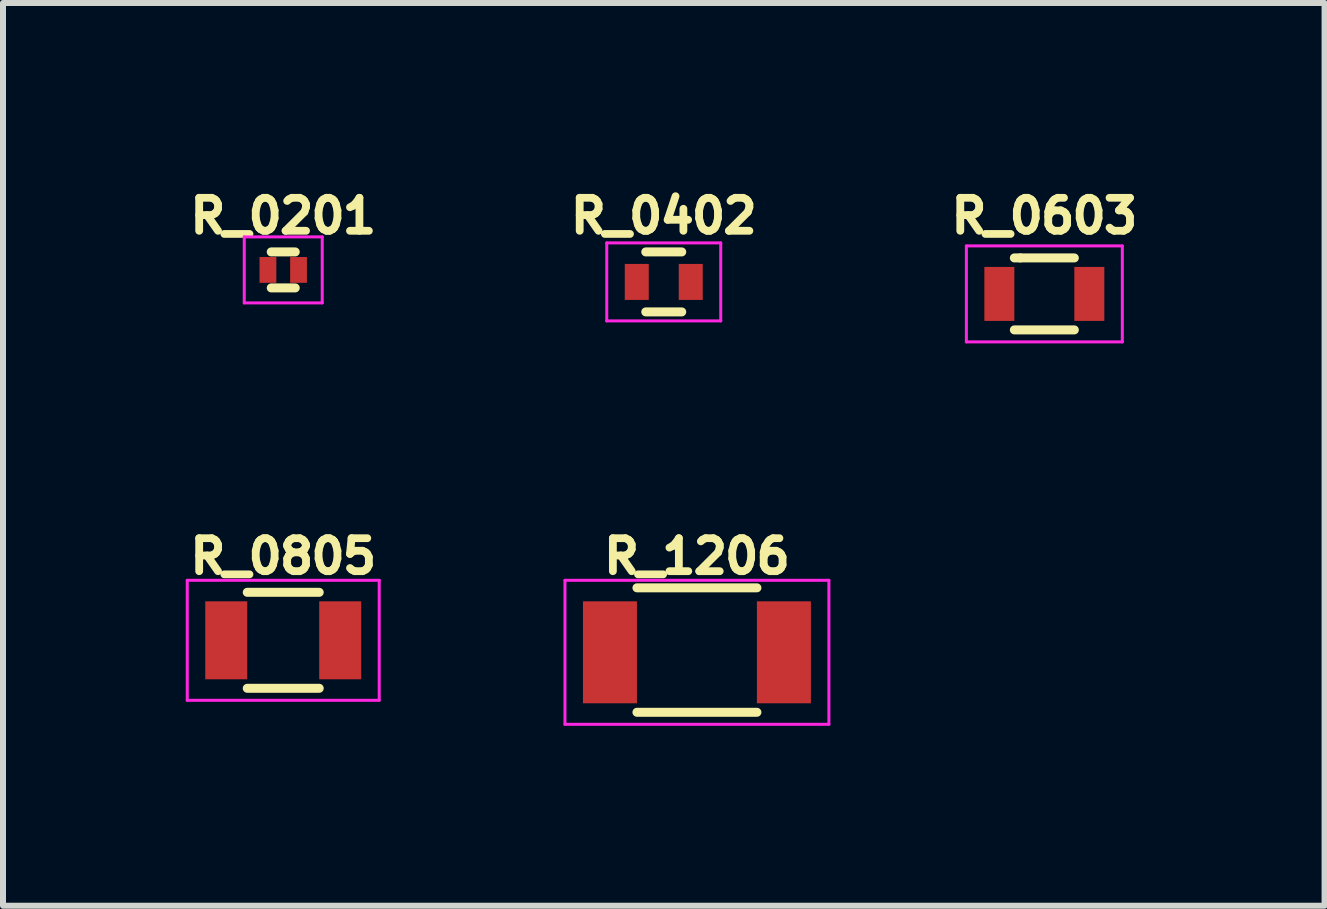
<source format=kicad_pcb>
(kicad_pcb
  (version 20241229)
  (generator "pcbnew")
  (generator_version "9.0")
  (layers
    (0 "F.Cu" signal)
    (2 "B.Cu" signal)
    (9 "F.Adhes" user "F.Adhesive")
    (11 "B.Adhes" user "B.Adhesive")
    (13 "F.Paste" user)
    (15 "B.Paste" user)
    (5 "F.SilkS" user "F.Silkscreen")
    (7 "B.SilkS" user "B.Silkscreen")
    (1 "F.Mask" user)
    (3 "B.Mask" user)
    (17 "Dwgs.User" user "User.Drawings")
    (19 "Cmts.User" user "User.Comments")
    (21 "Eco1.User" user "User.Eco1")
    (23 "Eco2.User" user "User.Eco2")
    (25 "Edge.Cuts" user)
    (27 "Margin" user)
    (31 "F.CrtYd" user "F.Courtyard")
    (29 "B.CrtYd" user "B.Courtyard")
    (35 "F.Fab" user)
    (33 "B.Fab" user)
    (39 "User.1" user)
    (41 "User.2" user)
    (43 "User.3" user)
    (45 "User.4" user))
  (footprint "R_0201"
    (layer "F.Cu")
    (at 1.672 1.45)
    (property "Reference" "R_0201" (at 0 -0.9 0) (layer "F.SilkS") (effects (font (size 0.55 0.55) (thickness 0.13))))
    (attr smd)
    (fp_line (start -0.2 -0.3) (end 0.2 -0.3) (stroke (width 0.15) (type solid)) (layer "F.SilkS"))
    (fp_line (start 0.2 0.3) (end -0.2 0.3) (stroke (width 0.15) (type solid)) (layer "F.SilkS"))
    (fp_line (start -0.65 -0.55) (end -0.65 0.55) (stroke (width 0.05) (type solid)) (layer "F.CrtYd"))
    (fp_line (start -0.65 -0.55) (end 0.65 -0.55) (stroke (width 0.05) (type solid)) (layer "F.CrtYd"))
    (fp_line (start -0.65 0.55) (end 0.65 0.55) (stroke (width 0.05) (type solid)) (layer "F.CrtYd"))
    (fp_line (start 0.65 -0.55) (end 0.65 0.55) (stroke (width 0.05) (type solid)) (layer "F.CrtYd"))
    (pad "1" smd rect (at -0.255 0) (size 0.28 0.43) (layers "F.Cu" "F.Mask" "F.Paste"))
    (pad "2" smd rect (at 0.255 0) (size 0.28 0.43) (layers "F.Cu" "F.Mask" "F.Paste")))
  (footprint "R_0402"
    (layer "F.Cu")
    (at 8.016 1.65)
    (property "Reference" "R_0402" (at 0 -1.1 0) (layer "F.SilkS") (effects (font (size 0.55 0.55) (thickness 0.13))))
    (attr smd)
    (fp_line (start -0.3 -0.5) (end 0.3 -0.5) (stroke (width 0.15) (type solid)) (layer "F.SilkS"))
    (fp_line (start 0.3 0.5) (end -0.3 0.5) (stroke (width 0.15) (type solid)) (layer "F.SilkS"))
    (fp_line (start -0.95 -0.65) (end -0.95 0.65) (stroke (width 0.05) (type solid)) (layer "F.CrtYd"))
    (fp_line (start -0.95 -0.65) (end 0.95 -0.65) (stroke (width 0.05) (type solid)) (layer "F.CrtYd"))
    (fp_line (start -0.95 0.65) (end 0.95 0.65) (stroke (width 0.05) (type solid)) (layer "F.CrtYd"))
    (fp_line (start 0.95 -0.65) (end 0.95 0.65) (stroke (width 0.05) (type solid)) (layer "F.CrtYd"))
    (pad "1" smd rect (at -0.45 0) (size 0.4 0.6) (layers "F.Cu" "F.Mask" "F.Paste"))
    (pad "2" smd rect (at 0.45 0) (size 0.4 0.6) (layers "F.Cu" "F.Mask" "F.Paste")))
  (footprint "R_0805"
    (layer "F.Cu")
    (at 1.672 7.625)
    (property "Reference" "R_0805" (at 0 -1.4 0) (layer "F.SilkS") (effects (font (size 0.55 0.55) (thickness 0.13))))
    (attr smd)
    (fp_line (start -0.6 0.8) (end 0.6 0.8) (stroke (width 0.15) (type solid)) (layer "F.SilkS"))
    (fp_line (start 0.6 -0.8) (end -0.6 -0.8) (stroke (width 0.15) (type solid)) (layer "F.SilkS"))
    (fp_line (start -1.6 -1) (end -1.6 1) (stroke (width 0.05) (type solid)) (layer "F.CrtYd"))
    (fp_line (start -1.6 -1) (end 1.6 -1) (stroke (width 0.05) (type solid)) (layer "F.CrtYd"))
    (fp_line (start -1.6 1) (end 1.6 1) (stroke (width 0.05) (type solid)) (layer "F.CrtYd"))
    (fp_line (start 1.6 -1) (end 1.6 1) (stroke (width 0.05) (type solid)) (layer "F.CrtYd"))
    (pad "1" smd rect (at -0.95 0) (size 0.7 1.3) (layers "F.Cu" "F.Mask" "F.Paste"))
    (pad "2" smd rect (at 0.95 0) (size 0.7 1.3) (layers "F.Cu" "F.Mask" "F.Paste")))
  (footprint "R_1206"
    (layer "F.Cu")
    (at 8.569 7.825)
    (property "Reference" "R_1206" (at 0 -1.6 0) (layer "F.SilkS") (effects (font (size 0.55 0.55) (thickness 0.13))))
    (attr smd)
    (fp_line (start -1 -1.075) (end 1 -1.075) (stroke (width 0.15) (type solid)) (layer "F.SilkS"))
    (fp_line (start 1 1) (end -1 1) (stroke (width 0.15) (type solid)) (layer "F.SilkS"))
    (fp_line (start -2.2 -1.2) (end -2.2 1.2) (stroke (width 0.05) (type solid)) (layer "F.CrtYd"))
    (fp_line (start -2.2 -1.2) (end 2.2 -1.2) (stroke (width 0.05) (type solid)) (layer "F.CrtYd"))
    (fp_line (start -2.2 1.2) (end 2.2 1.2) (stroke (width 0.05) (type solid)) (layer "F.CrtYd"))
    (fp_line (start 2.2 -1.2) (end 2.2 1.2) (stroke (width 0.05) (type solid)) (layer "F.CrtYd"))
    (pad "1" smd rect (at -1.45 0) (size 0.9 1.7) (layers "F.Cu" "F.Mask" "F.Paste"))
    (pad "2" smd rect (at 1.45 0) (size 0.9 1.7) (layers "F.Cu" "F.Mask" "F.Paste")))
  (footprint "R_0603"
    (layer "F.Cu")
    (at 14.361 1.85)
    (property "Reference" "R_0603" (at 0 -1.3 0) (layer "F.SilkS") (effects (font (size 0.55 0.55) (thickness 0.13))))
    (attr smd)
    (fp_line (start -0.5 0.6) (end 0.5 0.6) (stroke (width 0.15) (type solid)) (layer "F.SilkS"))
    (fp_line (start -0.4 -0.6) (end -0.5 -0.6) (stroke (width 0.15) (type solid)) (layer "F.SilkS"))
    (fp_line (start 0.5 -0.6) (end -0.4 -0.6) (stroke (width 0.15) (type solid)) (layer "F.SilkS"))
    (fp_line (start -1.3 -0.8) (end -1.3 0.8) (stroke (width 0.05) (type solid)) (layer "F.CrtYd"))
    (fp_line (start -1.3 -0.8) (end 1.3 -0.8) (stroke (width 0.05) (type solid)) (layer "F.CrtYd"))
    (fp_line (start -1.3 0.8) (end 1.3 0.8) (stroke (width 0.05) (type solid)) (layer "F.CrtYd"))
    (fp_line (start 1.3 -0.8) (end 1.3 0.8) (stroke (width 0.05) (type solid)) (layer "F.CrtYd"))
    (pad "1" smd rect (at -0.75 0) (size 0.5 0.9) (layers "F.Cu" "F.Mask" "F.Paste"))
    (pad "2" smd rect (at 0.75 0) (size 0.5 0.9) (layers "F.Cu" "F.Mask" "F.Paste")))
  (gr_rect
    (start -3 -3)
    (end 19.033 12.05)
    (stroke (width 0.1) (type default))
    (fill no)
    (layer "Edge.Cuts")))
</source>
